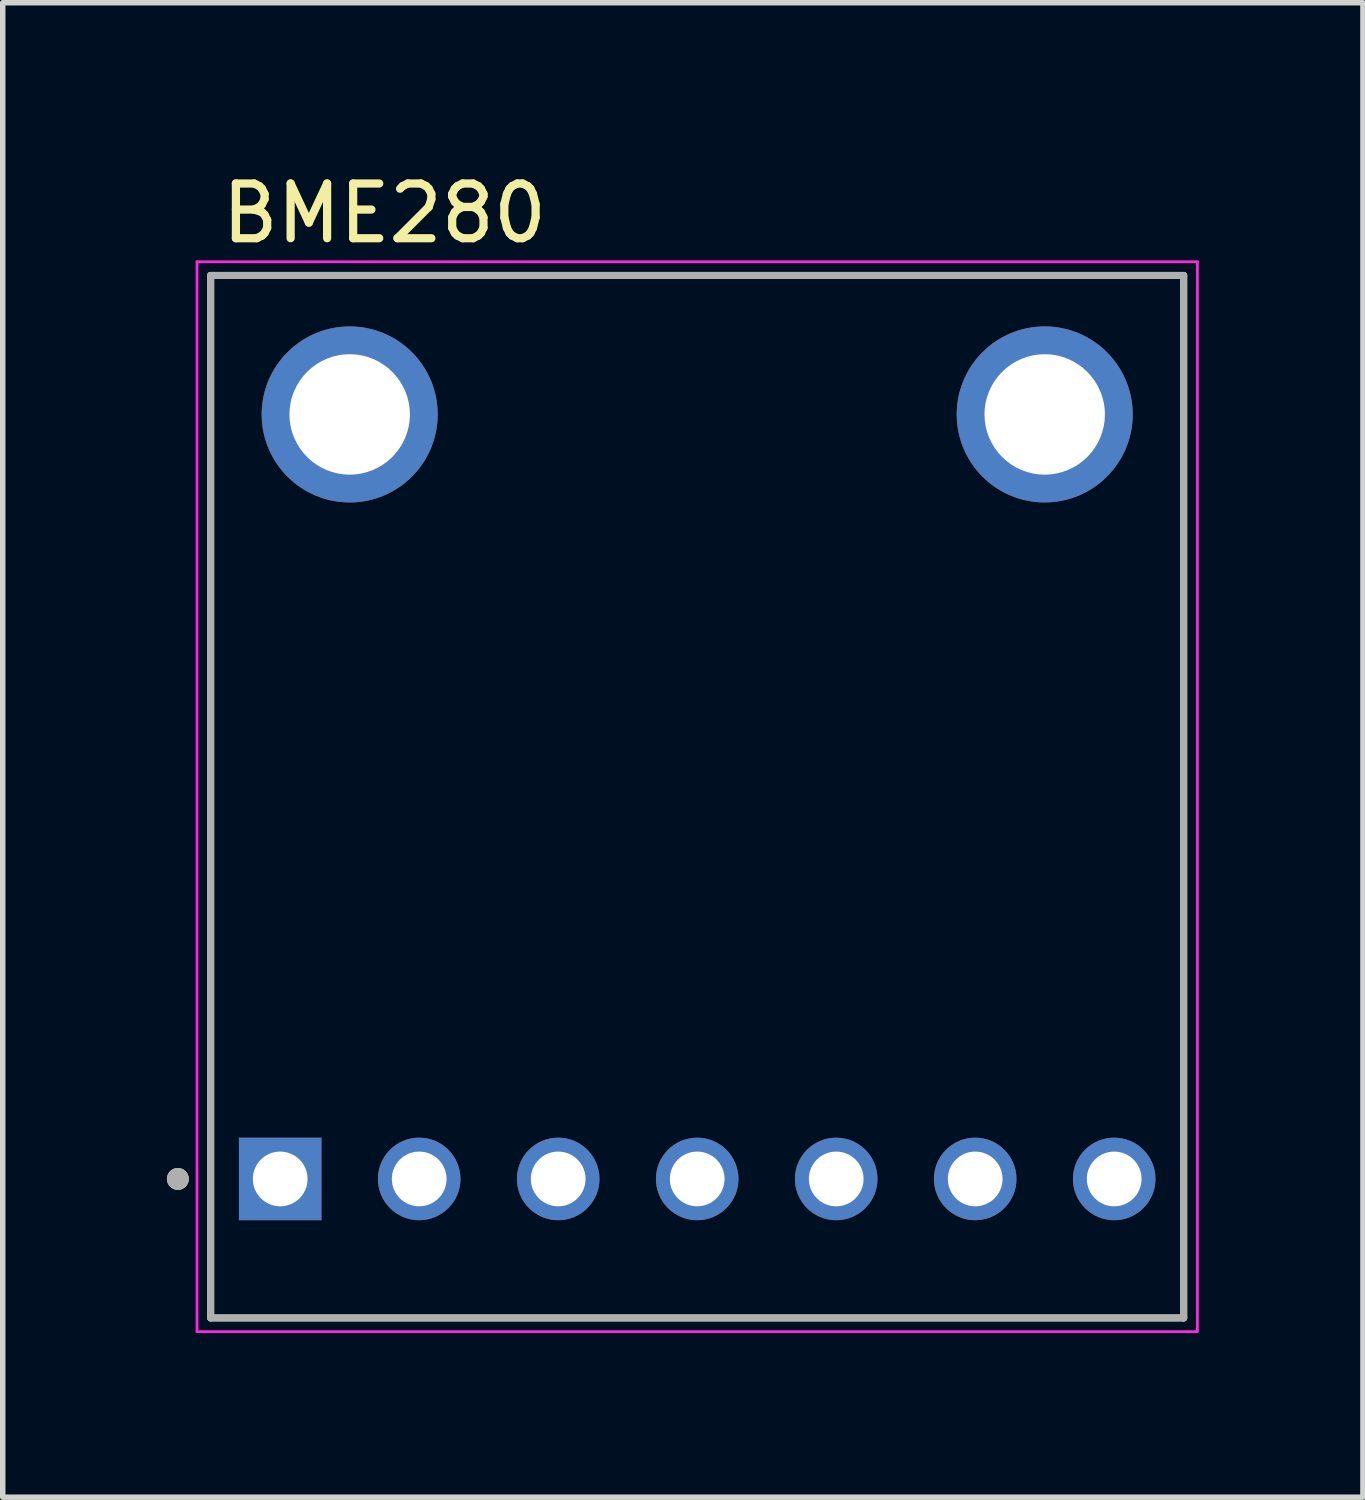
<source format=kicad_pcb>
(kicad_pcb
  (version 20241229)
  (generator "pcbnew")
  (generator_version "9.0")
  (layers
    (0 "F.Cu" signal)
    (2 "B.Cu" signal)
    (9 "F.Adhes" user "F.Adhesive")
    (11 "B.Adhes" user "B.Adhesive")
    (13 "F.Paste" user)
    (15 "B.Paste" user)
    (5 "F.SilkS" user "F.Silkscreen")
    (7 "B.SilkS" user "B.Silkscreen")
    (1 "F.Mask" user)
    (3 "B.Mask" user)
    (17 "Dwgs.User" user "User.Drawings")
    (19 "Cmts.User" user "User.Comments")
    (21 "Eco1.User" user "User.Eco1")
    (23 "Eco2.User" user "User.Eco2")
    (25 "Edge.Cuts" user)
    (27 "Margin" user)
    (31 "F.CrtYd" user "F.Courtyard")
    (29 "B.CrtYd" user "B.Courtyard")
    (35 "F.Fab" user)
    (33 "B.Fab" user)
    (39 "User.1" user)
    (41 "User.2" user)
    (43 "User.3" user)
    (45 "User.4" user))
  (footprint "BME280"
    (layer "F.Cu")
    (at 9.69 11.508)
    (property "Reference" "BME280" (at -5.715 -10.66 0) (layer "F.SilkS") (effects (font (size 1 1) (thickness 0.15))))
    (attr through_hole)
    (fp_line (start -8.89 -9.525) (end 8.89 -9.525) (stroke (width 0.127) (type solid)) (layer "F.SilkS"))
    (fp_line (start -8.89 9.525) (end -8.89 -9.525) (stroke (width 0.127) (type solid)) (layer "F.SilkS"))
    (fp_line (start 8.89 -9.525) (end 8.89 9.525) (stroke (width 0.127) (type solid)) (layer "F.SilkS"))
    (fp_line (start 8.89 9.525) (end -8.89 9.525) (stroke (width 0.127) (type solid)) (layer "F.SilkS"))
    (fp_circle (center -9.49 6.985) (end -9.39 6.985) (stroke (width 0.2) (type solid)) (fill no) (layer "F.SilkS"))
    (fp_line (start -9.14 -9.775) (end 9.14 -9.775) (stroke (width 0.05) (type solid)) (layer "F.CrtYd"))
    (fp_line (start -9.14 9.775) (end -9.14 -9.775) (stroke (width 0.05) (type solid)) (layer "F.CrtYd"))
    (fp_line (start 9.14 -9.775) (end 9.14 9.775) (stroke (width 0.05) (type solid)) (layer "F.CrtYd"))
    (fp_line (start 9.14 9.775) (end -9.14 9.775) (stroke (width 0.05) (type solid)) (layer "F.CrtYd"))
    (fp_line (start -8.89 -9.525) (end 8.89 -9.525) (stroke (width 0.127) (type solid)) (layer "F.Fab"))
    (fp_line (start -8.89 9.525) (end -8.89 -9.525) (stroke (width 0.127) (type solid)) (layer "F.Fab"))
    (fp_line (start 8.89 -9.525) (end 8.89 9.525) (stroke (width 0.127) (type solid)) (layer "F.Fab"))
    (fp_line (start 8.89 9.525) (end -8.89 9.525) (stroke (width 0.127) (type solid)) (layer "F.Fab"))
    (fp_circle (center -9.49 6.985) (end -9.39 6.985) (stroke (width 0.2) (type solid)) (fill no) (layer "F.Fab"))
    (pad "1" thru_hole rect (at -7.62 6.985) (size 1.508 1.508) (drill 1) (layers "*.Cu" "*.Mask"))
    (pad "2" thru_hole circle (at -5.08 6.985) (size 1.508 1.508) (drill 1) (layers "*.Cu" "*.Mask"))
    (pad "3" thru_hole circle (at -2.54 6.985) (size 1.508 1.508) (drill 1) (layers "*.Cu" "*.Mask"))
    (pad "4" thru_hole circle (at 0 6.985) (size 1.508 1.508) (drill 1) (layers "*.Cu" "*.Mask"))
    (pad "5" thru_hole circle (at 2.54 6.985) (size 1.508 1.508) (drill 1) (layers "*.Cu" "*.Mask"))
    (pad "6" thru_hole circle (at 5.08 6.985) (size 1.508 1.508) (drill 1) (layers "*.Cu" "*.Mask"))
    (pad "7" thru_hole circle (at 7.62 6.985) (size 1.508 1.508) (drill 1) (layers "*.Cu" "*.Mask"))
    (pad "P1" thru_hole circle (at -6.35 -6.985) (size 3.216 3.216) (drill 2.2) (layers "*.Cu" "*.Mask"))
    (pad "P2" thru_hole circle (at 6.35 -6.985) (size 3.216 3.216) (drill 2.2) (layers "*.Cu" "*.Mask")))
  (gr_rect
    (start -3 -3)
    (end 21.855 24.308)
    (stroke (width 0.1) (type default))
    (fill no)
    (layer "Edge.Cuts")))
</source>
